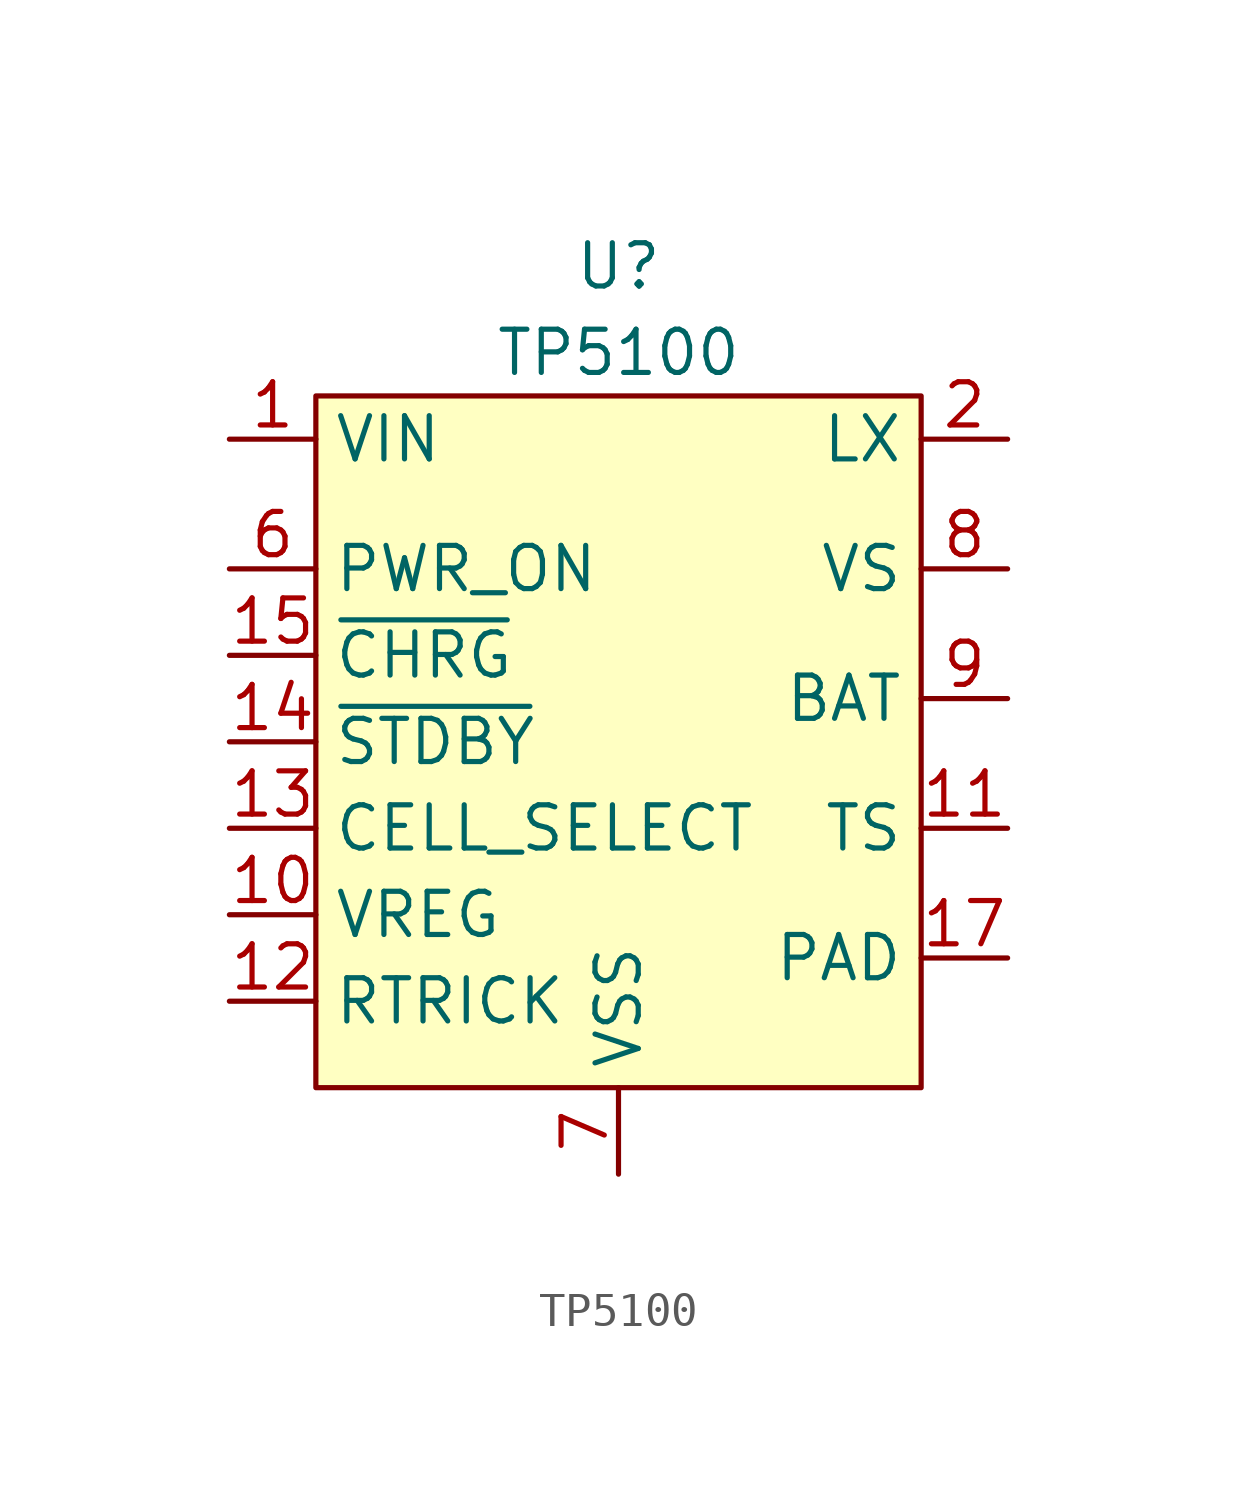
<source format=kicad_sym>
(kicad_symbol_lib
  (version 20220914)
  (generator kicad_symbol_editor)
  (symbol "TP5100"
    (property "Reference" "U"
      (at 0 3.81 0)
      (effects (font (size 1.27 1.27))))
    (property "Value" "TP5100"
      (at 0 1.27 0)
      (effects (font (size 1.27 1.27))))
    (symbol "TP5100_0_1"
      (rectangle (start 8.89 -20.32) (end -8.89 0) (stroke (width 0) (type default)) (fill (type background))))
    (symbol "TP5100_1_1"
      (pin power_in line (at -11.43 -1.27 0) (length 2.54) (name "VIN" (effects (font (size 1.27 1.27)))) (number "1" (effects (font (size 1.27 1.27)))))
      (pin power_in line (at -11.43 -15.24 0) (length 2.54) (name "VREG" (effects (font (size 1.27 1.27)))) (number "10" (effects (font (size 1.27 1.27)))))
      (pin input line (at 11.43 -12.7 180) (length 2.54) (name "TS" (effects (font (size 1.27 1.27)))) (number "11" (effects (font (size 1.27 1.27)))))
      (pin input line (at -11.43 -17.78 0) (length 2.54) (name "RTRICK" (effects (font (size 1.27 1.27)))) (number "12" (effects (font (size 1.27 1.27)))))
      (pin input line (at -11.43 -12.7 0) (length 2.54) (name "CELL_SELECT" (effects (font (size 1.27 1.27)))) (number "13" (effects (font (size 1.27 1.27)))))
      (pin open_collector line (at -11.43 -10.16 0) (length 2.54) (name "~{STDBY}" (effects (font (size 1.27 1.27)))) (number "14" (effects (font (size 1.27 1.27)))))
      (pin open_collector line (at -11.43 -7.62 0) (length 2.54) (name "~{CHRG}" (effects (font (size 1.27 1.27)))) (number "15" (effects (font (size 1.27 1.27)))))
      (pin power_in line (at -11.43 -1.27 0) (length 2.54) hide (name "VIN" (effects (font (size 1.27 1.27)))) (number "16" (effects (font (size 1.27 1.27)))))
      (pin passive line (at 11.43 -16.51 180) (length 2.54) (name "PAD" (effects (font (size 1.27 1.27)))) (number "17" (effects (font (size 1.27 1.27)))))
      (pin power_out line (at 11.43 -1.27 180) (length 2.54) (name "LX" (effects (font (size 1.27 1.27)))) (number "2" (effects (font (size 1.27 1.27)))))
      (pin power_out line (at 11.43 -1.27 180) (length 2.54) hide (name "LX" (effects (font (size 1.27 1.27)))) (number "3" (effects (font (size 1.27 1.27)))))
      (pin power_in line (at -11.43 -1.27 0) (length 2.54) hide (name "VIN" (effects (font (size 1.27 1.27)))) (number "4" (effects (font (size 1.27 1.27)))))
      (pin power_in line (at -11.43 -1.27 0) (length 2.54) hide (name "VIN" (effects (font (size 1.27 1.27)))) (number "5" (effects (font (size 1.27 1.27)))))
      (pin input line (at -11.43 -5.08 0) (length 2.54) (name "PWR_ON" (effects (font (size 1.27 1.27)))) (number "6" (effects (font (size 1.27 1.27)))))
      (pin power_in line (at 0 -22.86 90) (length 2.54) (name "VSS" (effects (font (size 1.27 1.27)))) (number "7" (effects (font (size 1.27 1.27)))))
      (pin input line (at 11.43 -5.08 180) (length 2.54) (name "VS" (effects (font (size 1.27 1.27)))) (number "8" (effects (font (size 1.27 1.27)))))
      (pin power_out line (at 11.43 -8.89 180) (length 2.54) (name "BAT" (effects (font (size 1.27 1.27)))) (number "9" (effects (font (size 1.27 1.27))))))))
</source>
